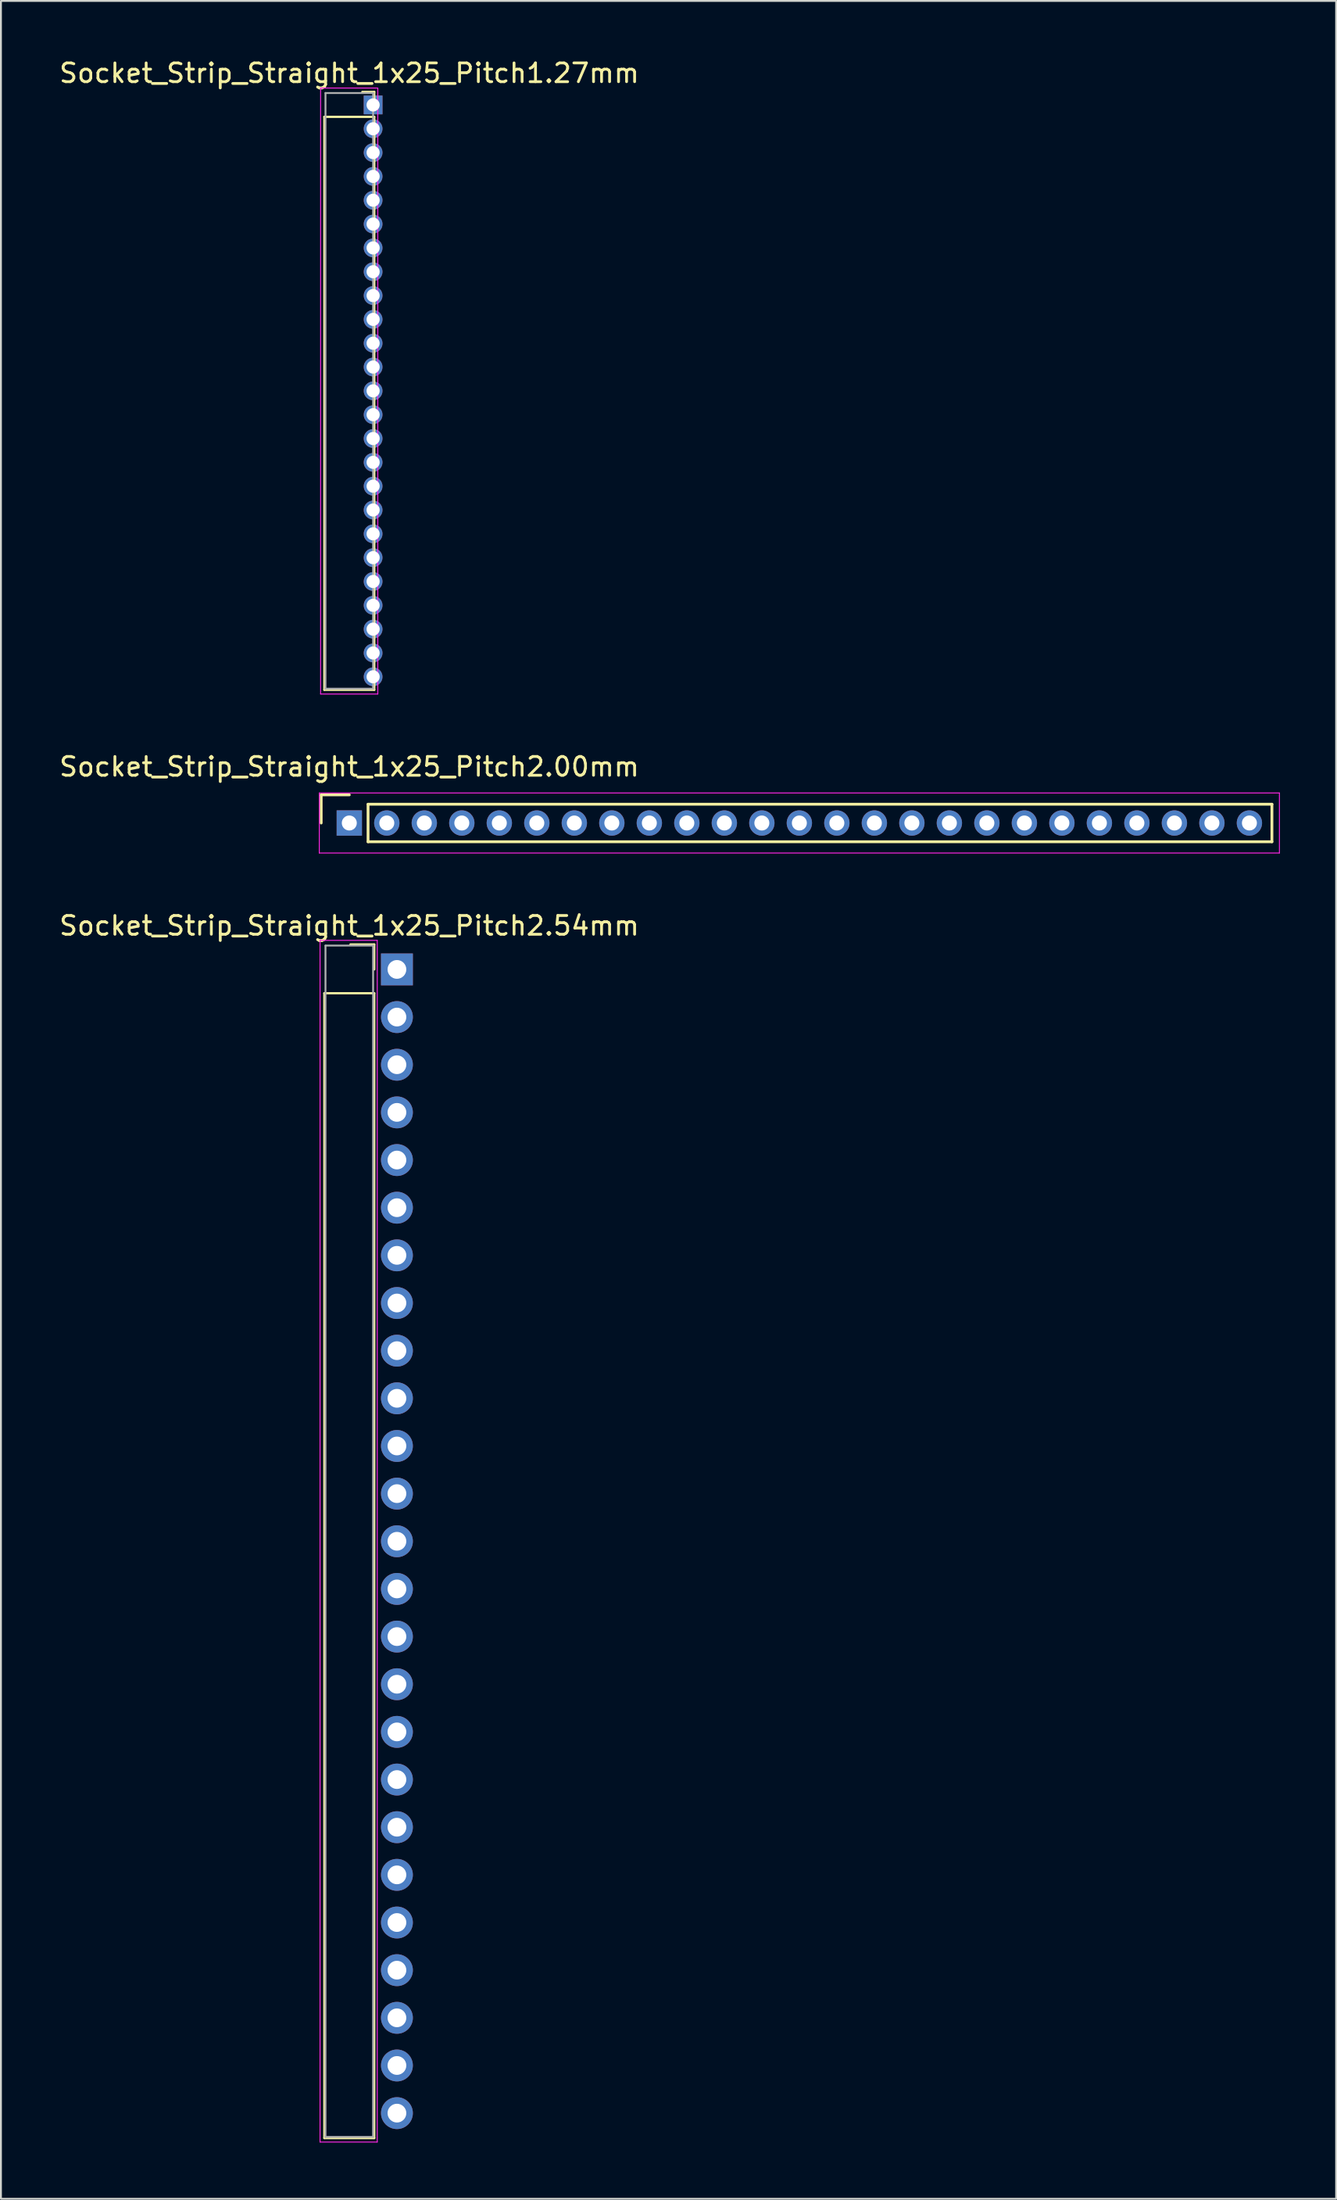
<source format=kicad_pcb>
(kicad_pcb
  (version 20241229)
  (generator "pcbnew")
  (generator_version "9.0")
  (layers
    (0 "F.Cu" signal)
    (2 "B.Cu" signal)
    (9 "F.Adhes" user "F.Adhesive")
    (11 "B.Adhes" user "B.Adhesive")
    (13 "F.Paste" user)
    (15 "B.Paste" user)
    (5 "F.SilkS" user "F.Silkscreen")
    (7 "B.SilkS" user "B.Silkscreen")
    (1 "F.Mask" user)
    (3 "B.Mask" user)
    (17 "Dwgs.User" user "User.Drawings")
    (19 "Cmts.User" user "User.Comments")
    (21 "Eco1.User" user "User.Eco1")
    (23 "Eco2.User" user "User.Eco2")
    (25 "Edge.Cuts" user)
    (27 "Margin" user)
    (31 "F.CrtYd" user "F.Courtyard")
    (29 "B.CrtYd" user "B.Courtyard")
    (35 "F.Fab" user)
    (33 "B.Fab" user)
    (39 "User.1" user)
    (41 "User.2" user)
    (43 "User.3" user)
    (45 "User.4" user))
  (footprint "Socket_Strip_Straight_1x25_Pitch2.00mm"
    (layer "F.Cu")
    (at 15.577 40.816)
    (property "Reference" "Socket_Strip_Straight_1x25_Pitch2.00mm" (at 0 -3 0) (layer "F.SilkS") (effects (font (size 1 1) (thickness 0.15))))
    (attr through_hole)
    (fp_line (start -1.5 -1.5) (end -1.5 0) (stroke (width 0.15) (type solid)) (layer "F.SilkS"))
    (fp_line (start 0 -1.5) (end -1.5 -1.5) (stroke (width 0.15) (type solid)) (layer "F.SilkS"))
    (fp_line (start 1 -1) (end 1 1) (stroke (width 0.15) (type solid)) (layer "F.SilkS"))
    (fp_line (start 1 1) (end 49.2 1) (stroke (width 0.15) (type solid)) (layer "F.SilkS"))
    (fp_line (start 49.2 -1) (end 1 -1) (stroke (width 0.15) (type solid)) (layer "F.SilkS"))
    (fp_line (start 49.2 1) (end 49.2 -1) (stroke (width 0.15) (type solid)) (layer "F.SilkS"))
    (fp_line (start -1.6 -1.6) (end -1.6 1.6) (stroke (width 0.05) (type solid)) (layer "F.CrtYd"))
    (fp_line (start -1.6 1.6) (end 49.6 1.6) (stroke (width 0.05) (type solid)) (layer "F.CrtYd"))
    (fp_line (start 49.6 -1.6) (end -1.6 -1.6) (stroke (width 0.05) (type solid)) (layer "F.CrtYd"))
    (fp_line (start 49.6 1.6) (end 49.6 -1.6) (stroke (width 0.05) (type solid)) (layer "F.CrtYd"))
    (pad "1" thru_hole rect (at 0 0) (size 1.35 1.35) (drill 0.8) (layers "*.Cu" "*.Mask"))
    (pad "2" thru_hole circle (at 2 0) (size 1.35 1.35) (drill 0.8) (layers "*.Cu" "*.Mask"))
    (pad "3" thru_hole circle (at 4 0) (size 1.35 1.35) (drill 0.8) (layers "*.Cu" "*.Mask"))
    (pad "4" thru_hole circle (at 6 0) (size 1.35 1.35) (drill 0.8) (layers "*.Cu" "*.Mask"))
    (pad "5" thru_hole circle (at 8 0) (size 1.35 1.35) (drill 0.8) (layers "*.Cu" "*.Mask"))
    (pad "6" thru_hole circle (at 10 0) (size 1.35 1.35) (drill 0.8) (layers "*.Cu" "*.Mask"))
    (pad "7" thru_hole circle (at 12 0) (size 1.35 1.35) (drill 0.8) (layers "*.Cu" "*.Mask"))
    (pad "8" thru_hole circle (at 14 0) (size 1.35 1.35) (drill 0.8) (layers "*.Cu" "*.Mask"))
    (pad "9" thru_hole circle (at 16 0) (size 1.35 1.35) (drill 0.8) (layers "*.Cu" "*.Mask"))
    (pad "10" thru_hole circle (at 18 0) (size 1.35 1.35) (drill 0.8) (layers "*.Cu" "*.Mask"))
    (pad "11" thru_hole circle (at 20 0) (size 1.35 1.35) (drill 0.8) (layers "*.Cu" "*.Mask"))
    (pad "12" thru_hole circle (at 22 0) (size 1.35 1.35) (drill 0.8) (layers "*.Cu" "*.Mask"))
    (pad "13" thru_hole circle (at 24 0) (size 1.35 1.35) (drill 0.8) (layers "*.Cu" "*.Mask"))
    (pad "14" thru_hole circle (at 26 0) (size 1.35 1.35) (drill 0.8) (layers "*.Cu" "*.Mask"))
    (pad "15" thru_hole circle (at 28 0) (size 1.35 1.35) (drill 0.8) (layers "*.Cu" "*.Mask"))
    (pad "16" thru_hole circle (at 30 0) (size 1.35 1.35) (drill 0.8) (layers "*.Cu" "*.Mask"))
    (pad "17" thru_hole circle (at 32 0) (size 1.35 1.35) (drill 0.8) (layers "*.Cu" "*.Mask"))
    (pad "18" thru_hole circle (at 34 0) (size 1.35 1.35) (drill 0.8) (layers "*.Cu" "*.Mask"))
    (pad "19" thru_hole circle (at 36 0) (size 1.35 1.35) (drill 0.8) (layers "*.Cu" "*.Mask"))
    (pad "20" thru_hole circle (at 38 0) (size 1.35 1.35) (drill 0.8) (layers "*.Cu" "*.Mask"))
    (pad "21" thru_hole circle (at 40 0) (size 1.35 1.35) (drill 0.8) (layers "*.Cu" "*.Mask"))
    (pad "22" thru_hole circle (at 42 0) (size 1.35 1.35) (drill 0.8) (layers "*.Cu" "*.Mask"))
    (pad "23" thru_hole circle (at 44 0) (size 1.35 1.35) (drill 0.8) (layers "*.Cu" "*.Mask"))
    (pad "24" thru_hole circle (at 46 0) (size 1.35 1.35) (drill 0.8) (layers "*.Cu" "*.Mask"))
    (pad "25" thru_hole circle (at 48 0) (size 1.35 1.35) (drill 0.8) (layers "*.Cu" "*.Mask")))
  (footprint "Socket_Strip_Straight_1x25_Pitch1.27mm"
    (layer "F.Cu")
    (at 16.847 2.543)
    (property "Reference" "Socket_Strip_Straight_1x25_Pitch1.27mm" (at -1.27 -1.695 0) (layer "F.SilkS") (effects (font (size 1 1) (thickness 0.15))))
    (attr through_hole)
    (fp_line (start -2.6 0.635) (end -2.6 31.175) (stroke (width 0.12) (type solid)) (layer "F.SilkS"))
    (fp_line (start -2.6 31.175) (end 0.06 31.175) (stroke (width 0.12) (type solid)) (layer "F.SilkS"))
    (fp_line (start 0.06 -0.695) (end -0.575 -0.695) (stroke (width 0.12) (type solid)) (layer "F.SilkS"))
    (fp_line (start 0.06 0) (end 0.06 -0.695) (stroke (width 0.12) (type solid)) (layer "F.SilkS"))
    (fp_line (start 0.06 0.635) (end -2.6 0.635) (stroke (width 0.12) (type solid)) (layer "F.SilkS"))
    (fp_line (start 0.06 31.175) (end 0.06 0.635) (stroke (width 0.12) (type solid)) (layer "F.SilkS"))
    (fp_line (start -2.8 -0.9) (end -2.8 31.4) (stroke (width 0.05) (type solid)) (layer "F.CrtYd"))
    (fp_line (start -2.8 31.4) (end 0.25 31.4) (stroke (width 0.05) (type solid)) (layer "F.CrtYd"))
    (fp_line (start 0.25 -0.9) (end -2.8 -0.9) (stroke (width 0.05) (type solid)) (layer "F.CrtYd"))
    (fp_line (start 0.25 31.4) (end 0.25 -0.9) (stroke (width 0.05) (type solid)) (layer "F.CrtYd"))
    (fp_line (start -2.54 -0.635) (end -2.54 31.115) (stroke (width 0.1) (type solid)) (layer "F.Fab"))
    (fp_line (start -2.54 31.115) (end 0 31.115) (stroke (width 0.1) (type solid)) (layer "F.Fab"))
    (fp_line (start 0 -0.635) (end -2.54 -0.635) (stroke (width 0.1) (type solid)) (layer "F.Fab"))
    (fp_line (start 0 31.115) (end 0 -0.635) (stroke (width 0.1) (type solid)) (layer "F.Fab"))
    (pad "1" thru_hole rect (at 0 0) (size 1 1) (drill 0.7) (layers "*.Cu" "*.Mask"))
    (pad "2" thru_hole oval (at 0 1.27) (size 1 1) (drill 0.7) (layers "*.Cu" "*.Mask"))
    (pad "3" thru_hole oval (at 0 2.54) (size 1 1) (drill 0.7) (layers "*.Cu" "*.Mask"))
    (pad "4" thru_hole oval (at 0 3.81) (size 1 1) (drill 0.7) (layers "*.Cu" "*.Mask"))
    (pad "5" thru_hole oval (at 0 5.08) (size 1 1) (drill 0.7) (layers "*.Cu" "*.Mask"))
    (pad "6" thru_hole oval (at 0 6.35) (size 1 1) (drill 0.7) (layers "*.Cu" "*.Mask"))
    (pad "7" thru_hole oval (at 0 7.62) (size 1 1) (drill 0.7) (layers "*.Cu" "*.Mask"))
    (pad "8" thru_hole oval (at 0 8.89) (size 1 1) (drill 0.7) (layers "*.Cu" "*.Mask"))
    (pad "9" thru_hole oval (at 0 10.16) (size 1 1) (drill 0.7) (layers "*.Cu" "*.Mask"))
    (pad "10" thru_hole oval (at 0 11.43) (size 1 1) (drill 0.7) (layers "*.Cu" "*.Mask"))
    (pad "11" thru_hole oval (at 0 12.7) (size 1 1) (drill 0.7) (layers "*.Cu" "*.Mask"))
    (pad "12" thru_hole oval (at 0 13.97) (size 1 1) (drill 0.7) (layers "*.Cu" "*.Mask"))
    (pad "13" thru_hole oval (at 0 15.24) (size 1 1) (drill 0.7) (layers "*.Cu" "*.Mask"))
    (pad "14" thru_hole oval (at 0 16.51) (size 1 1) (drill 0.7) (layers "*.Cu" "*.Mask"))
    (pad "15" thru_hole oval (at 0 17.78) (size 1 1) (drill 0.7) (layers "*.Cu" "*.Mask"))
    (pad "16" thru_hole oval (at 0 19.05) (size 1 1) (drill 0.7) (layers "*.Cu" "*.Mask"))
    (pad "17" thru_hole oval (at 0 20.32) (size 1 1) (drill 0.7) (layers "*.Cu" "*.Mask"))
    (pad "18" thru_hole oval (at 0 21.59) (size 1 1) (drill 0.7) (layers "*.Cu" "*.Mask"))
    (pad "19" thru_hole oval (at 0 22.86) (size 1 1) (drill 0.7) (layers "*.Cu" "*.Mask"))
    (pad "20" thru_hole oval (at 0 24.13) (size 1 1) (drill 0.7) (layers "*.Cu" "*.Mask"))
    (pad "21" thru_hole oval (at 0 25.4) (size 1 1) (drill 0.7) (layers "*.Cu" "*.Mask"))
    (pad "22" thru_hole oval (at 0 26.67) (size 1 1) (drill 0.7) (layers "*.Cu" "*.Mask"))
    (pad "23" thru_hole oval (at 0 27.94) (size 1 1) (drill 0.7) (layers "*.Cu" "*.Mask"))
    (pad "24" thru_hole oval (at 0 29.21) (size 1 1) (drill 0.7) (layers "*.Cu" "*.Mask"))
    (pad "25" thru_hole oval (at 0 30.48) (size 1 1) (drill 0.7) (layers "*.Cu" "*.Mask")))
  (footprint "Socket_Strip_Straight_1x25_Pitch2.54mm"
    (layer "F.Cu")
    (at 18.117 48.62)
    (property "Reference" "Socket_Strip_Straight_1x25_Pitch2.54mm" (at -2.54 -2.33 0) (layer "F.SilkS") (effects (font (size 1 1) (thickness 0.15))))
    (attr through_hole)
    (fp_line (start -3.87 1.27) (end -3.87 62.29) (stroke (width 0.12) (type solid)) (layer "F.SilkS"))
    (fp_line (start -3.87 62.29) (end -1.21 62.29) (stroke (width 0.12) (type solid)) (layer "F.SilkS"))
    (fp_line (start -1.21 -1.33) (end -2.48 -1.33) (stroke (width 0.12) (type solid)) (layer "F.SilkS"))
    (fp_line (start -1.21 0) (end -1.21 -1.33) (stroke (width 0.12) (type solid)) (layer "F.SilkS"))
    (fp_line (start -1.21 1.27) (end -3.87 1.27) (stroke (width 0.12) (type solid)) (layer "F.SilkS"))
    (fp_line (start -1.21 62.29) (end -1.21 1.27) (stroke (width 0.12) (type solid)) (layer "F.SilkS"))
    (fp_line (start -4.1 -1.55) (end -4.1 62.5) (stroke (width 0.05) (type solid)) (layer "F.CrtYd"))
    (fp_line (start -4.1 62.5) (end -1.05 62.5) (stroke (width 0.05) (type solid)) (layer "F.CrtYd"))
    (fp_line (start -1.05 -1.55) (end -4.1 -1.55) (stroke (width 0.05) (type solid)) (layer "F.CrtYd"))
    (fp_line (start -1.05 62.5) (end -1.05 -1.55) (stroke (width 0.05) (type solid)) (layer "F.CrtYd"))
    (fp_line (start -3.81 -1.27) (end -3.81 62.23) (stroke (width 0.1) (type solid)) (layer "F.Fab"))
    (fp_line (start -3.81 62.23) (end -1.27 62.23) (stroke (width 0.1) (type solid)) (layer "F.Fab"))
    (fp_line (start -1.27 -1.27) (end -3.81 -1.27) (stroke (width 0.1) (type solid)) (layer "F.Fab"))
    (fp_line (start -1.27 62.23) (end -1.27 -1.27) (stroke (width 0.1) (type solid)) (layer "F.Fab"))
    (pad "1" thru_hole rect (at 0 0) (size 1.7 1.7) (drill 1) (layers "*.Cu" "*.Mask"))
    (pad "2" thru_hole oval (at 0 2.54) (size 1.7 1.7) (drill 1) (layers "*.Cu" "*.Mask"))
    (pad "3" thru_hole oval (at 0 5.08) (size 1.7 1.7) (drill 1) (layers "*.Cu" "*.Mask"))
    (pad "4" thru_hole oval (at 0 7.62) (size 1.7 1.7) (drill 1) (layers "*.Cu" "*.Mask"))
    (pad "5" thru_hole oval (at 0 10.16) (size 1.7 1.7) (drill 1) (layers "*.Cu" "*.Mask"))
    (pad "6" thru_hole oval (at 0 12.7) (size 1.7 1.7) (drill 1) (layers "*.Cu" "*.Mask"))
    (pad "7" thru_hole oval (at 0 15.24) (size 1.7 1.7) (drill 1) (layers "*.Cu" "*.Mask"))
    (pad "8" thru_hole oval (at 0 17.78) (size 1.7 1.7) (drill 1) (layers "*.Cu" "*.Mask"))
    (pad "9" thru_hole oval (at 0 20.32) (size 1.7 1.7) (drill 1) (layers "*.Cu" "*.Mask"))
    (pad "10" thru_hole oval (at 0 22.86) (size 1.7 1.7) (drill 1) (layers "*.Cu" "*.Mask"))
    (pad "11" thru_hole oval (at 0 25.4) (size 1.7 1.7) (drill 1) (layers "*.Cu" "*.Mask"))
    (pad "12" thru_hole oval (at 0 27.94) (size 1.7 1.7) (drill 1) (layers "*.Cu" "*.Mask"))
    (pad "13" thru_hole oval (at 0 30.48) (size 1.7 1.7) (drill 1) (layers "*.Cu" "*.Mask"))
    (pad "14" thru_hole oval (at 0 33.02) (size 1.7 1.7) (drill 1) (layers "*.Cu" "*.Mask"))
    (pad "15" thru_hole oval (at 0 35.56) (size 1.7 1.7) (drill 1) (layers "*.Cu" "*.Mask"))
    (pad "16" thru_hole oval (at 0 38.1) (size 1.7 1.7) (drill 1) (layers "*.Cu" "*.Mask"))
    (pad "17" thru_hole oval (at 0 40.64) (size 1.7 1.7) (drill 1) (layers "*.Cu" "*.Mask"))
    (pad "18" thru_hole oval (at 0 43.18) (size 1.7 1.7) (drill 1) (layers "*.Cu" "*.Mask"))
    (pad "19" thru_hole oval (at 0 45.72) (size 1.7 1.7) (drill 1) (layers "*.Cu" "*.Mask"))
    (pad "20" thru_hole oval (at 0 48.26) (size 1.7 1.7) (drill 1) (layers "*.Cu" "*.Mask"))
    (pad "21" thru_hole oval (at 0 50.8) (size 1.7 1.7) (drill 1) (layers "*.Cu" "*.Mask"))
    (pad "22" thru_hole oval (at 0 53.34) (size 1.7 1.7) (drill 1) (layers "*.Cu" "*.Mask"))
    (pad "23" thru_hole oval (at 0 55.88) (size 1.7 1.7) (drill 1) (layers "*.Cu" "*.Mask"))
    (pad "24" thru_hole oval (at 0 58.42) (size 1.7 1.7) (drill 1) (layers "*.Cu" "*.Mask"))
    (pad "25" thru_hole oval (at 0 60.96) (size 1.7 1.7) (drill 1) (layers "*.Cu" "*.Mask")))
  (gr_rect
    (start -3 -3)
    (end 68.202 114.145)
    (stroke (width 0.1) (type default))
    (fill no)
    (layer "Edge.Cuts")))
</source>
